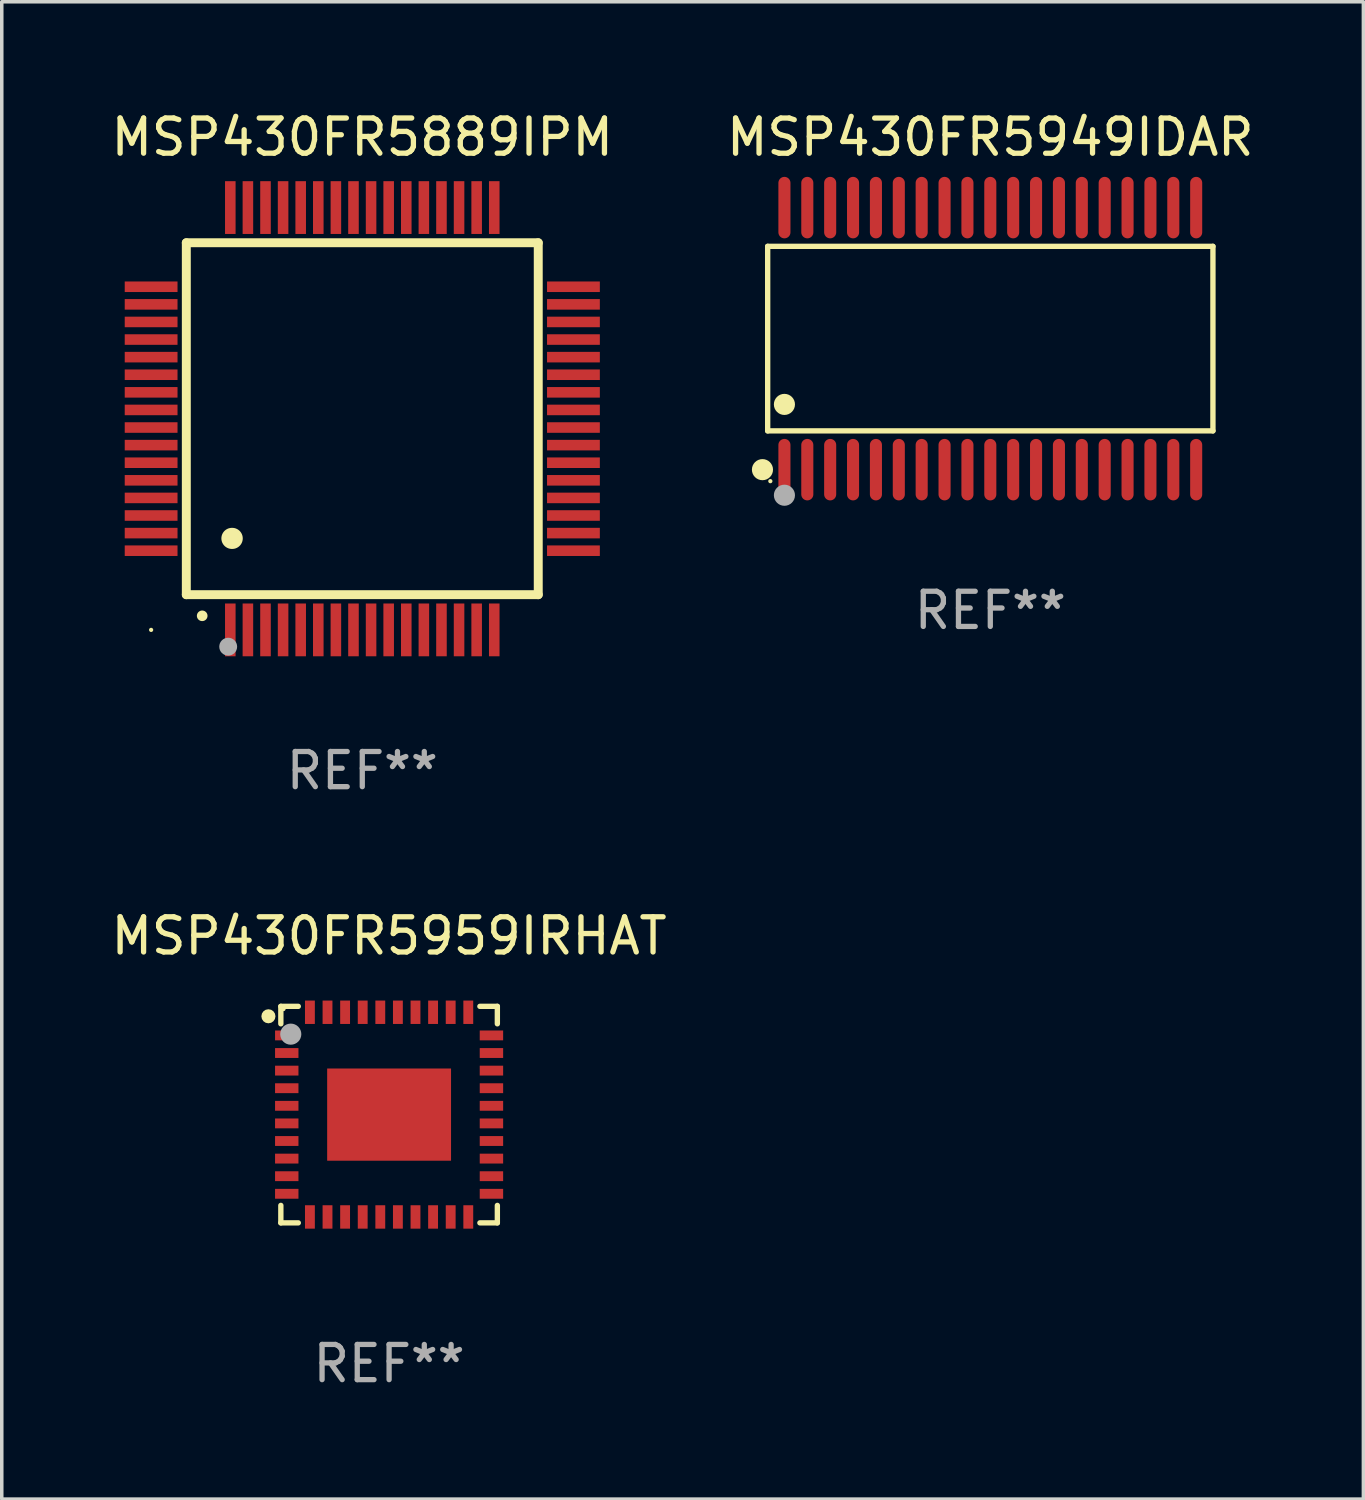
<source format=kicad_pcb>
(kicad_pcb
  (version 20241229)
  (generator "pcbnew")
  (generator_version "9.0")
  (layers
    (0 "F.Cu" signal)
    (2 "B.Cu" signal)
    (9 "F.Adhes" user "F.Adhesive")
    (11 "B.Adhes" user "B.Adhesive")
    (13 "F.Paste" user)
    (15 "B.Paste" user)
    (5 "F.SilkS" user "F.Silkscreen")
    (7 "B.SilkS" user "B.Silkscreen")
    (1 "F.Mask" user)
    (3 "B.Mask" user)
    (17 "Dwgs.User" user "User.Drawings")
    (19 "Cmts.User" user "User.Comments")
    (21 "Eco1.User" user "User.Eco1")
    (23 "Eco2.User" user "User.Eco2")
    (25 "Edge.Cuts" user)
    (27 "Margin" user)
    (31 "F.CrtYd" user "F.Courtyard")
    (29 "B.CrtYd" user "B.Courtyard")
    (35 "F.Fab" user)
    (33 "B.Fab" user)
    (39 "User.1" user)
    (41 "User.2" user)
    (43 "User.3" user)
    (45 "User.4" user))
  (footprint "MSP430FR5959IRHAT"
    (layer "F.Cu")
    (at 8.006 28.621)
    (property "Reference" "MSP430FR5959IRHAT" (at 0 -5.076 0) (layer "F.SilkS") (effects (font (size 1 1) (thickness 0.15))))
    (attr through_hole)
    (fp_line (start -3.076 -3.076) (end -3.076 -2.58) (stroke (width 0.152) (type solid)) (layer "F.SilkS"))
    (fp_line (start -3.076 3.076) (end -3.076 2.58) (stroke (width 0.152) (type solid)) (layer "F.SilkS"))
    (fp_line (start -2.58 -3.076) (end -3.076 -3.076) (stroke (width 0.152) (type solid)) (layer "F.SilkS"))
    (fp_line (start -2.58 3.076) (end -3.076 3.076) (stroke (width 0.152) (type solid)) (layer "F.SilkS"))
    (fp_line (start 2.58 -3.076) (end 3.076 -3.076) (stroke (width 0.152) (type solid)) (layer "F.SilkS"))
    (fp_line (start 2.58 3.076) (end 3.076 3.076) (stroke (width 0.152) (type solid)) (layer "F.SilkS"))
    (fp_line (start 3.076 -3.076) (end 3.076 -2.58) (stroke (width 0.152) (type solid)) (layer "F.SilkS"))
    (fp_line (start 3.076 3.076) (end 3.076 2.58) (stroke (width 0.152) (type solid)) (layer "F.SilkS"))
    (fp_circle (center -3.429 -2.794) (end -3.329 -2.794) (stroke (width 0.2) (type solid)) (fill no) (layer "F.SilkS"))
    (fp_circle (center -3 -3) (end -2.97 -3) (stroke (width 0.06) (type solid)) (fill no) (layer "F.SilkS"))
    (fp_circle (center -2.794 -2.286) (end -2.644 -2.286) (stroke (width 0.3) (type solid)) (fill no) (layer "F.Fab"))
    (fp_text user "REF**" (at 0 7.076 0) (layer "F.Fab") (effects (font (size 1 1) (thickness 0.15))))
    (pad "1" smd rect (at -2.908 -2.25) (size 0.665 0.28) (layers "F.Cu" "F.Mask" "F.Paste"))
    (pad "2" smd rect (at -2.908 -1.75) (size 0.665 0.28) (layers "F.Cu" "F.Mask" "F.Paste"))
    (pad "3" smd rect (at -2.908 -1.25) (size 0.665 0.28) (layers "F.Cu" "F.Mask" "F.Paste"))
    (pad "4" smd rect (at -2.908 -0.75) (size 0.665 0.28) (layers "F.Cu" "F.Mask" "F.Paste"))
    (pad "5" smd rect (at -2.908 -0.25) (size 0.665 0.28) (layers "F.Cu" "F.Mask" "F.Paste"))
    (pad "6" smd rect (at -2.908 0.25) (size 0.665 0.28) (layers "F.Cu" "F.Mask" "F.Paste"))
    (pad "7" smd rect (at -2.908 0.75) (size 0.665 0.28) (layers "F.Cu" "F.Mask" "F.Paste"))
    (pad "8" smd rect (at -2.908 1.25) (size 0.665 0.28) (layers "F.Cu" "F.Mask" "F.Paste"))
    (pad "9" smd rect (at -2.908 1.75) (size 0.665 0.28) (layers "F.Cu" "F.Mask" "F.Paste"))
    (pad "10" smd rect (at -2.908 2.25) (size 0.665 0.28) (layers "F.Cu" "F.Mask" "F.Paste"))
    (pad "11" smd rect (at -2.25 2.908) (size 0.28 0.665) (layers "F.Cu" "F.Mask" "F.Paste"))
    (pad "12" smd rect (at -1.75 2.908) (size 0.28 0.665) (layers "F.Cu" "F.Mask" "F.Paste"))
    (pad "13" smd rect (at -1.25 2.908) (size 0.28 0.665) (layers "F.Cu" "F.Mask" "F.Paste"))
    (pad "14" smd rect (at -0.75 2.908) (size 0.28 0.665) (layers "F.Cu" "F.Mask" "F.Paste"))
    (pad "15" smd rect (at -0.25 2.908) (size 0.28 0.665) (layers "F.Cu" "F.Mask" "F.Paste"))
    (pad "16" smd rect (at 0.25 2.908) (size 0.28 0.665) (layers "F.Cu" "F.Mask" "F.Paste"))
    (pad "17" smd rect (at 0.75 2.908) (size 0.28 0.665) (layers "F.Cu" "F.Mask" "F.Paste"))
    (pad "18" smd rect (at 1.25 2.908) (size 0.28 0.665) (layers "F.Cu" "F.Mask" "F.Paste"))
    (pad "19" smd rect (at 1.75 2.908) (size 0.28 0.665) (layers "F.Cu" "F.Mask" "F.Paste"))
    (pad "20" smd rect (at 2.25 2.908) (size 0.28 0.665) (layers "F.Cu" "F.Mask" "F.Paste"))
    (pad "21" smd rect (at 2.908 2.25) (size 0.665 0.28) (layers "F.Cu" "F.Mask" "F.Paste"))
    (pad "22" smd rect (at 2.908 1.75) (size 0.665 0.28) (layers "F.Cu" "F.Mask" "F.Paste"))
    (pad "23" smd rect (at 2.908 1.25) (size 0.665 0.28) (layers "F.Cu" "F.Mask" "F.Paste"))
    (pad "24" smd rect (at 2.908 0.75) (size 0.665 0.28) (layers "F.Cu" "F.Mask" "F.Paste"))
    (pad "25" smd rect (at 2.908 0.25) (size 0.665 0.28) (layers "F.Cu" "F.Mask" "F.Paste"))
    (pad "26" smd rect (at 2.908 -0.25) (size 0.665 0.28) (layers "F.Cu" "F.Mask" "F.Paste"))
    (pad "27" smd rect (at 2.908 -0.75) (size 0.665 0.28) (layers "F.Cu" "F.Mask" "F.Paste"))
    (pad "28" smd rect (at 2.908 -1.25) (size 0.665 0.28) (layers "F.Cu" "F.Mask" "F.Paste"))
    (pad "29" smd rect (at 2.908 -1.75) (size 0.665 0.28) (layers "F.Cu" "F.Mask" "F.Paste"))
    (pad "30" smd rect (at 2.908 -2.25) (size 0.665 0.28) (layers "F.Cu" "F.Mask" "F.Paste"))
    (pad "31" smd rect (at 2.25 -2.908) (size 0.28 0.665) (layers "F.Cu" "F.Mask" "F.Paste"))
    (pad "32" smd rect (at 1.75 -2.908) (size 0.28 0.665) (layers "F.Cu" "F.Mask" "F.Paste"))
    (pad "33" smd rect (at 1.25 -2.908) (size 0.28 0.665) (layers "F.Cu" "F.Mask" "F.Paste"))
    (pad "34" smd rect (at 0.75 -2.908) (size 0.28 0.665) (layers "F.Cu" "F.Mask" "F.Paste"))
    (pad "35" smd rect (at 0.25 -2.908) (size 0.28 0.665) (layers "F.Cu" "F.Mask" "F.Paste"))
    (pad "36" smd rect (at -0.25 -2.908) (size 0.28 0.665) (layers "F.Cu" "F.Mask" "F.Paste"))
    (pad "37" smd rect (at -0.75 -2.908) (size 0.28 0.665) (layers "F.Cu" "F.Mask" "F.Paste"))
    (pad "38" smd rect (at -1.25 -2.908) (size 0.28 0.665) (layers "F.Cu" "F.Mask" "F.Paste"))
    (pad "39" smd rect (at -1.75 -2.908) (size 0.28 0.665) (layers "F.Cu" "F.Mask" "F.Paste"))
    (pad "40" smd rect (at -2.25 -2.908) (size 0.28 0.665) (layers "F.Cu" "F.Mask" "F.Paste"))
    (pad "41" smd rect (at 0 0) (size 3.52 2.62) (layers "F.Cu" "F.Mask" "F.Paste")))
  (footprint "MSP430FR5949IDAR"
    (layer "F.Cu")
    (at 25.089 6.572)
    (property "Reference" "MSP430FR5949IDAR" (at 0 -5.723 0) (layer "F.SilkS") (effects (font (size 1 1) (thickness 0.15))))
    (attr through_hole)
    (fp_line (start -6.326 -2.622) (end 6.326 -2.622) (stroke (width 0.152) (type solid)) (layer "F.SilkS"))
    (fp_line (start -6.326 2.621) (end -6.326 -2.622) (stroke (width 0.152) (type solid)) (layer "F.SilkS"))
    (fp_line (start 6.326 -2.622) (end 6.326 2.621) (stroke (width 0.152) (type solid)) (layer "F.SilkS"))
    (fp_line (start 6.326 2.621) (end -6.326 2.621) (stroke (width 0.152) (type solid)) (layer "F.SilkS"))
    (fp_circle (center -6.474 3.723) (end -6.324 3.723) (stroke (width 0.3) (type solid)) (fill no) (layer "F.SilkS"))
    (fp_circle (center -6.25 4.05) (end -6.22 4.05) (stroke (width 0.06) (type solid)) (fill no) (layer "F.SilkS"))
    (fp_circle (center -5.85 1.869) (end -5.7 1.869) (stroke (width 0.3) (type solid)) (fill no) (layer "F.SilkS"))
    (fp_circle (center -5.85 4.45) (end -5.7 4.45) (stroke (width 0.3) (type solid)) (fill no) (layer "F.Fab"))
    (fp_text user "REF**" (at 0 7.723 0) (layer "F.Fab") (effects (font (size 1 1) (thickness 0.15))))
    (pad "1" smd oval (at -5.85 3.723) (size 0.343 1.747) (layers "F.Cu" "F.Mask" "F.Paste"))
    (pad "2" smd oval (at -5.2 3.723) (size 0.343 1.747) (layers "F.Cu" "F.Mask" "F.Paste"))
    (pad "3" smd oval (at -4.55 3.723) (size 0.343 1.747) (layers "F.Cu" "F.Mask" "F.Paste"))
    (pad "4" smd oval (at -3.9 3.723) (size 0.343 1.747) (layers "F.Cu" "F.Mask" "F.Paste"))
    (pad "5" smd oval (at -3.25 3.723) (size 0.343 1.747) (layers "F.Cu" "F.Mask" "F.Paste"))
    (pad "6" smd oval (at -2.6 3.723) (size 0.343 1.747) (layers "F.Cu" "F.Mask" "F.Paste"))
    (pad "7" smd oval (at -1.95 3.723) (size 0.343 1.747) (layers "F.Cu" "F.Mask" "F.Paste"))
    (pad "8" smd oval (at -1.3 3.723) (size 0.343 1.747) (layers "F.Cu" "F.Mask" "F.Paste"))
    (pad "9" smd oval (at -0.65 3.723) (size 0.343 1.747) (layers "F.Cu" "F.Mask" "F.Paste"))
    (pad "10" smd oval (at 0 3.723) (size 0.343 1.747) (layers "F.Cu" "F.Mask" "F.Paste"))
    (pad "11" smd oval (at 0.65 3.723) (size 0.343 1.747) (layers "F.Cu" "F.Mask" "F.Paste"))
    (pad "12" smd oval (at 1.3 3.723) (size 0.343 1.747) (layers "F.Cu" "F.Mask" "F.Paste"))
    (pad "13" smd oval (at 1.95 3.723) (size 0.343 1.747) (layers "F.Cu" "F.Mask" "F.Paste"))
    (pad "14" smd oval (at 2.6 3.723) (size 0.343 1.747) (layers "F.Cu" "F.Mask" "F.Paste"))
    (pad "15" smd oval (at 3.25 3.723) (size 0.343 1.747) (layers "F.Cu" "F.Mask" "F.Paste"))
    (pad "16" smd oval (at 3.9 3.723) (size 0.343 1.747) (layers "F.Cu" "F.Mask" "F.Paste"))
    (pad "17" smd oval (at 4.55 3.723) (size 0.343 1.747) (layers "F.Cu" "F.Mask" "F.Paste"))
    (pad "18" smd oval (at 5.2 3.723) (size 0.343 1.747) (layers "F.Cu" "F.Mask" "F.Paste"))
    (pad "19" smd oval (at 5.85 3.723) (size 0.343 1.747) (layers "F.Cu" "F.Mask" "F.Paste"))
    (pad "20" smd oval (at 5.85 -3.723) (size 0.343 1.747) (layers "F.Cu" "F.Mask" "F.Paste"))
    (pad "21" smd oval (at 5.2 -3.723) (size 0.343 1.747) (layers "F.Cu" "F.Mask" "F.Paste"))
    (pad "22" smd oval (at 4.55 -3.723) (size 0.343 1.747) (layers "F.Cu" "F.Mask" "F.Paste"))
    (pad "23" smd oval (at 3.9 -3.723) (size 0.343 1.747) (layers "F.Cu" "F.Mask" "F.Paste"))
    (pad "24" smd oval (at 3.25 -3.723) (size 0.343 1.747) (layers "F.Cu" "F.Mask" "F.Paste"))
    (pad "25" smd oval (at 2.6 -3.723) (size 0.343 1.747) (layers "F.Cu" "F.Mask" "F.Paste"))
    (pad "26" smd oval (at 1.95 -3.723) (size 0.343 1.747) (layers "F.Cu" "F.Mask" "F.Paste"))
    (pad "27" smd oval (at 1.3 -3.723) (size 0.343 1.747) (layers "F.Cu" "F.Mask" "F.Paste"))
    (pad "28" smd oval (at 0.65 -3.723) (size 0.343 1.747) (layers "F.Cu" "F.Mask" "F.Paste"))
    (pad "29" smd oval (at 0 -3.723) (size 0.343 1.747) (layers "F.Cu" "F.Mask" "F.Paste"))
    (pad "30" smd oval (at -0.65 -3.723) (size 0.343 1.747) (layers "F.Cu" "F.Mask" "F.Paste"))
    (pad "31" smd oval (at -1.3 -3.723) (size 0.343 1.747) (layers "F.Cu" "F.Mask" "F.Paste"))
    (pad "32" smd oval (at -1.95 -3.723) (size 0.343 1.747) (layers "F.Cu" "F.Mask" "F.Paste"))
    (pad "33" smd oval (at -2.6 -3.723) (size 0.343 1.747) (layers "F.Cu" "F.Mask" "F.Paste"))
    (pad "34" smd oval (at -3.25 -3.723) (size 0.343 1.747) (layers "F.Cu" "F.Mask" "F.Paste"))
    (pad "35" smd oval (at -3.9 -3.723) (size 0.343 1.747) (layers "F.Cu" "F.Mask" "F.Paste"))
    (pad "36" smd oval (at -4.55 -3.723) (size 0.343 1.747) (layers "F.Cu" "F.Mask" "F.Paste"))
    (pad "37" smd oval (at -5.2 -3.723) (size 0.343 1.747) (layers "F.Cu" "F.Mask" "F.Paste"))
    (pad "38" smd oval (at -5.85 -3.723) (size 0.343 1.747) (layers "F.Cu" "F.Mask" "F.Paste")))
  (footprint "MSP430FR5889IPM"
    (layer "F.Cu")
    (at 7.244 8.848)
    (property "Reference" "MSP430FR5889IPM" (at 0 -8 0) (layer "F.SilkS") (effects (font (size 1 1) (thickness 0.15))))
    (attr through_hole)
    (fp_line (start -5 -5) (end -5 5) (stroke (width 0.254) (type solid)) (layer "F.SilkS"))
    (fp_line (start -5 -5) (end 5 -5) (stroke (width 0.254) (type solid)) (layer "F.SilkS"))
    (fp_line (start -5 5) (end 5 5) (stroke (width 0.254) (type solid)) (layer "F.SilkS"))
    (fp_line (start 5 -5) (end 5 5) (stroke (width 0.254) (type solid)) (layer "F.SilkS"))
    (fp_arc (start -4.549987 5.6) (mid -4.548717 5.599995) (end -4.547447 5.6) (stroke (width 0.3) (type solid)) (layer "F.SilkS"))
    (fp_arc (start -3.703835 3.400076) (mid -3.700025 3.400052) (end -3.696215 3.400076) (stroke (width 0.6) (type solid)) (layer "F.SilkS"))
    (fp_circle (center -6 6) (end -5.97 6) (stroke (width 0.06) (type solid)) (fill no) (layer "F.SilkS"))
    (fp_circle (center -3.81 6.477) (end -3.683 6.477) (stroke (width 0.254) (type solid)) (fill no) (layer "F.Fab"))
    (fp_text user "REF**" (at 0 10 0) (layer "F.Fab") (effects (font (size 1 1) (thickness 0.15))))
    (pad "1" smd rect (at -3.75 6 180) (size 0.3 1.5) (layers "F.Cu" "F.Mask" "F.Paste"))
    (pad "2" smd rect (at -3.25 6 180) (size 0.3 1.5) (layers "F.Cu" "F.Mask" "F.Paste"))
    (pad "3" smd rect (at -2.75 6 180) (size 0.3 1.5) (layers "F.Cu" "F.Mask" "F.Paste"))
    (pad "4" smd rect (at -2.25 6 180) (size 0.3 1.5) (layers "F.Cu" "F.Mask" "F.Paste"))
    (pad "5" smd rect (at -1.75 6 180) (size 0.3 1.5) (layers "F.Cu" "F.Mask" "F.Paste"))
    (pad "6" smd rect (at -1.25 6 180) (size 0.3 1.5) (layers "F.Cu" "F.Mask" "F.Paste"))
    (pad "7" smd rect (at -0.75 6 180) (size 0.3 1.5) (layers "F.Cu" "F.Mask" "F.Paste"))
    (pad "8" smd rect (at -0.25 6 180) (size 0.3 1.5) (layers "F.Cu" "F.Mask" "F.Paste"))
    (pad "9" smd rect (at 0.25 6 180) (size 0.3 1.5) (layers "F.Cu" "F.Mask" "F.Paste"))
    (pad "10" smd rect (at 0.75 6 180) (size 0.3 1.5) (layers "F.Cu" "F.Mask" "F.Paste"))
    (pad "11" smd rect (at 1.25 6 180) (size 0.3 1.5) (layers "F.Cu" "F.Mask" "F.Paste"))
    (pad "12" smd rect (at 1.75 6 180) (size 0.3 1.5) (layers "F.Cu" "F.Mask" "F.Paste"))
    (pad "13" smd rect (at 2.25 6 180) (size 0.3 1.5) (layers "F.Cu" "F.Mask" "F.Paste"))
    (pad "14" smd rect (at 2.75 6 180) (size 0.3 1.5) (layers "F.Cu" "F.Mask" "F.Paste"))
    (pad "15" smd rect (at 3.25 6 180) (size 0.3 1.5) (layers "F.Cu" "F.Mask" "F.Paste"))
    (pad "16" smd rect (at 3.75 6 180) (size 0.3 1.5) (layers "F.Cu" "F.Mask" "F.Paste"))
    (pad "17" smd rect (at 6 3.75 90) (size 0.3 1.5) (layers "F.Cu" "F.Mask" "F.Paste"))
    (pad "18" smd rect (at 6 3.25 90) (size 0.3 1.5) (layers "F.Cu" "F.Mask" "F.Paste"))
    (pad "19" smd rect (at 6 2.75 90) (size 0.3 1.5) (layers "F.Cu" "F.Mask" "F.Paste"))
    (pad "20" smd rect (at 6 2.25 90) (size 0.3 1.5) (layers "F.Cu" "F.Mask" "F.Paste"))
    (pad "21" smd rect (at 6 1.75 90) (size 0.3 1.5) (layers "F.Cu" "F.Mask" "F.Paste"))
    (pad "22" smd rect (at 6 1.25 90) (size 0.3 1.5) (layers "F.Cu" "F.Mask" "F.Paste"))
    (pad "23" smd rect (at 6 0.75 90) (size 0.3 1.5) (layers "F.Cu" "F.Mask" "F.Paste"))
    (pad "24" smd rect (at 6 0.25 90) (size 0.3 1.5) (layers "F.Cu" "F.Mask" "F.Paste"))
    (pad "25" smd rect (at 6 -0.25 90) (size 0.3 1.5) (layers "F.Cu" "F.Mask" "F.Paste"))
    (pad "26" smd rect (at 6 -0.75 90) (size 0.3 1.5) (layers "F.Cu" "F.Mask" "F.Paste"))
    (pad "27" smd rect (at 6 -1.25 90) (size 0.3 1.5) (layers "F.Cu" "F.Mask" "F.Paste"))
    (pad "28" smd rect (at 6 -1.75 90) (size 0.3 1.5) (layers "F.Cu" "F.Mask" "F.Paste"))
    (pad "29" smd rect (at 6 -2.25 90) (size 0.3 1.5) (layers "F.Cu" "F.Mask" "F.Paste"))
    (pad "30" smd rect (at 6 -2.75 90) (size 0.3 1.5) (layers "F.Cu" "F.Mask" "F.Paste"))
    (pad "31" smd rect (at 6 -3.25 90) (size 0.3 1.5) (layers "F.Cu" "F.Mask" "F.Paste"))
    (pad "32" smd rect (at 6 -3.75 90) (size 0.3 1.5) (layers "F.Cu" "F.Mask" "F.Paste"))
    (pad "33" smd rect (at 3.75 -6 180) (size 0.3 1.5) (layers "F.Cu" "F.Mask" "F.Paste"))
    (pad "34" smd rect (at 3.25 -6 180) (size 0.3 1.5) (layers "F.Cu" "F.Mask" "F.Paste"))
    (pad "35" smd rect (at 2.75 -6 180) (size 0.3 1.5) (layers "F.Cu" "F.Mask" "F.Paste"))
    (pad "36" smd rect (at 2.25 -6 180) (size 0.3 1.5) (layers "F.Cu" "F.Mask" "F.Paste"))
    (pad "37" smd rect (at 1.75 -6 180) (size 0.3 1.5) (layers "F.Cu" "F.Mask" "F.Paste"))
    (pad "38" smd rect (at 1.25 -6 180) (size 0.3 1.5) (layers "F.Cu" "F.Mask" "F.Paste"))
    (pad "39" smd rect (at 0.75 -6 180) (size 0.3 1.5) (layers "F.Cu" "F.Mask" "F.Paste"))
    (pad "40" smd rect (at 0.25 -6 180) (size 0.3 1.5) (layers "F.Cu" "F.Mask" "F.Paste"))
    (pad "41" smd rect (at -0.25 -6 180) (size 0.3 1.5) (layers "F.Cu" "F.Mask" "F.Paste"))
    (pad "42" smd rect (at -0.75 -6 180) (size 0.3 1.5) (layers "F.Cu" "F.Mask" "F.Paste"))
    (pad "43" smd rect (at -1.25 -6 180) (size 0.3 1.5) (layers "F.Cu" "F.Mask" "F.Paste"))
    (pad "44" smd rect (at -1.75 -6 180) (size 0.3 1.5) (layers "F.Cu" "F.Mask" "F.Paste"))
    (pad "45" smd rect (at -2.25 -6 180) (size 0.3 1.5) (layers "F.Cu" "F.Mask" "F.Paste"))
    (pad "46" smd rect (at -2.75 -6 180) (size 0.3 1.5) (layers "F.Cu" "F.Mask" "F.Paste"))
    (pad "47" smd rect (at -3.25 -6 180) (size 0.3 1.5) (layers "F.Cu" "F.Mask" "F.Paste"))
    (pad "48" smd rect (at -3.75 -6 180) (size 0.3 1.5) (layers "F.Cu" "F.Mask" "F.Paste"))
    (pad "49" smd rect (at -6 -3.75 90) (size 0.3 1.5) (layers "F.Cu" "F.Mask" "F.Paste"))
    (pad "50" smd rect (at -6 -3.25 90) (size 0.3 1.5) (layers "F.Cu" "F.Mask" "F.Paste"))
    (pad "51" smd rect (at -6 -2.75 90) (size 0.3 1.5) (layers "F.Cu" "F.Mask" "F.Paste"))
    (pad "52" smd rect (at -6 -2.25 90) (size 0.3 1.5) (layers "F.Cu" "F.Mask" "F.Paste"))
    (pad "53" smd rect (at -6 -1.75 90) (size 0.3 1.5) (layers "F.Cu" "F.Mask" "F.Paste"))
    (pad "54" smd rect (at -6 -1.25 90) (size 0.3 1.5) (layers "F.Cu" "F.Mask" "F.Paste"))
    (pad "55" smd rect (at -6 -0.75 90) (size 0.3 1.5) (layers "F.Cu" "F.Mask" "F.Paste"))
    (pad "56" smd rect (at -6 -0.25 90) (size 0.3 1.5) (layers "F.Cu" "F.Mask" "F.Paste"))
    (pad "57" smd rect (at -6 0.25 90) (size 0.3 1.5) (layers "F.Cu" "F.Mask" "F.Paste"))
    (pad "58" smd rect (at -6 0.75 90) (size 0.3 1.5) (layers "F.Cu" "F.Mask" "F.Paste"))
    (pad "59" smd rect (at -6 1.25 90) (size 0.3 1.5) (layers "F.Cu" "F.Mask" "F.Paste"))
    (pad "60" smd rect (at -6 1.75 90) (size 0.3 1.5) (layers "F.Cu" "F.Mask" "F.Paste"))
    (pad "61" smd rect (at -6 2.25 90) (size 0.3 1.5) (layers "F.Cu" "F.Mask" "F.Paste"))
    (pad "62" smd rect (at -6 2.75 90) (size 0.3 1.5) (layers "F.Cu" "F.Mask" "F.Paste"))
    (pad "63" smd rect (at -6 3.25 90) (size 0.3 1.5) (layers "F.Cu" "F.Mask" "F.Paste"))
    (pad "64" smd rect (at -6 3.75 90) (size 0.3 1.5) (layers "F.Cu" "F.Mask" "F.Paste")))
  (gr_rect
    (start -3 -3)
    (end 35.69 39.545)
    (stroke (width 0.1) (type default))
    (fill no)
    (layer "Edge.Cuts")))
</source>
